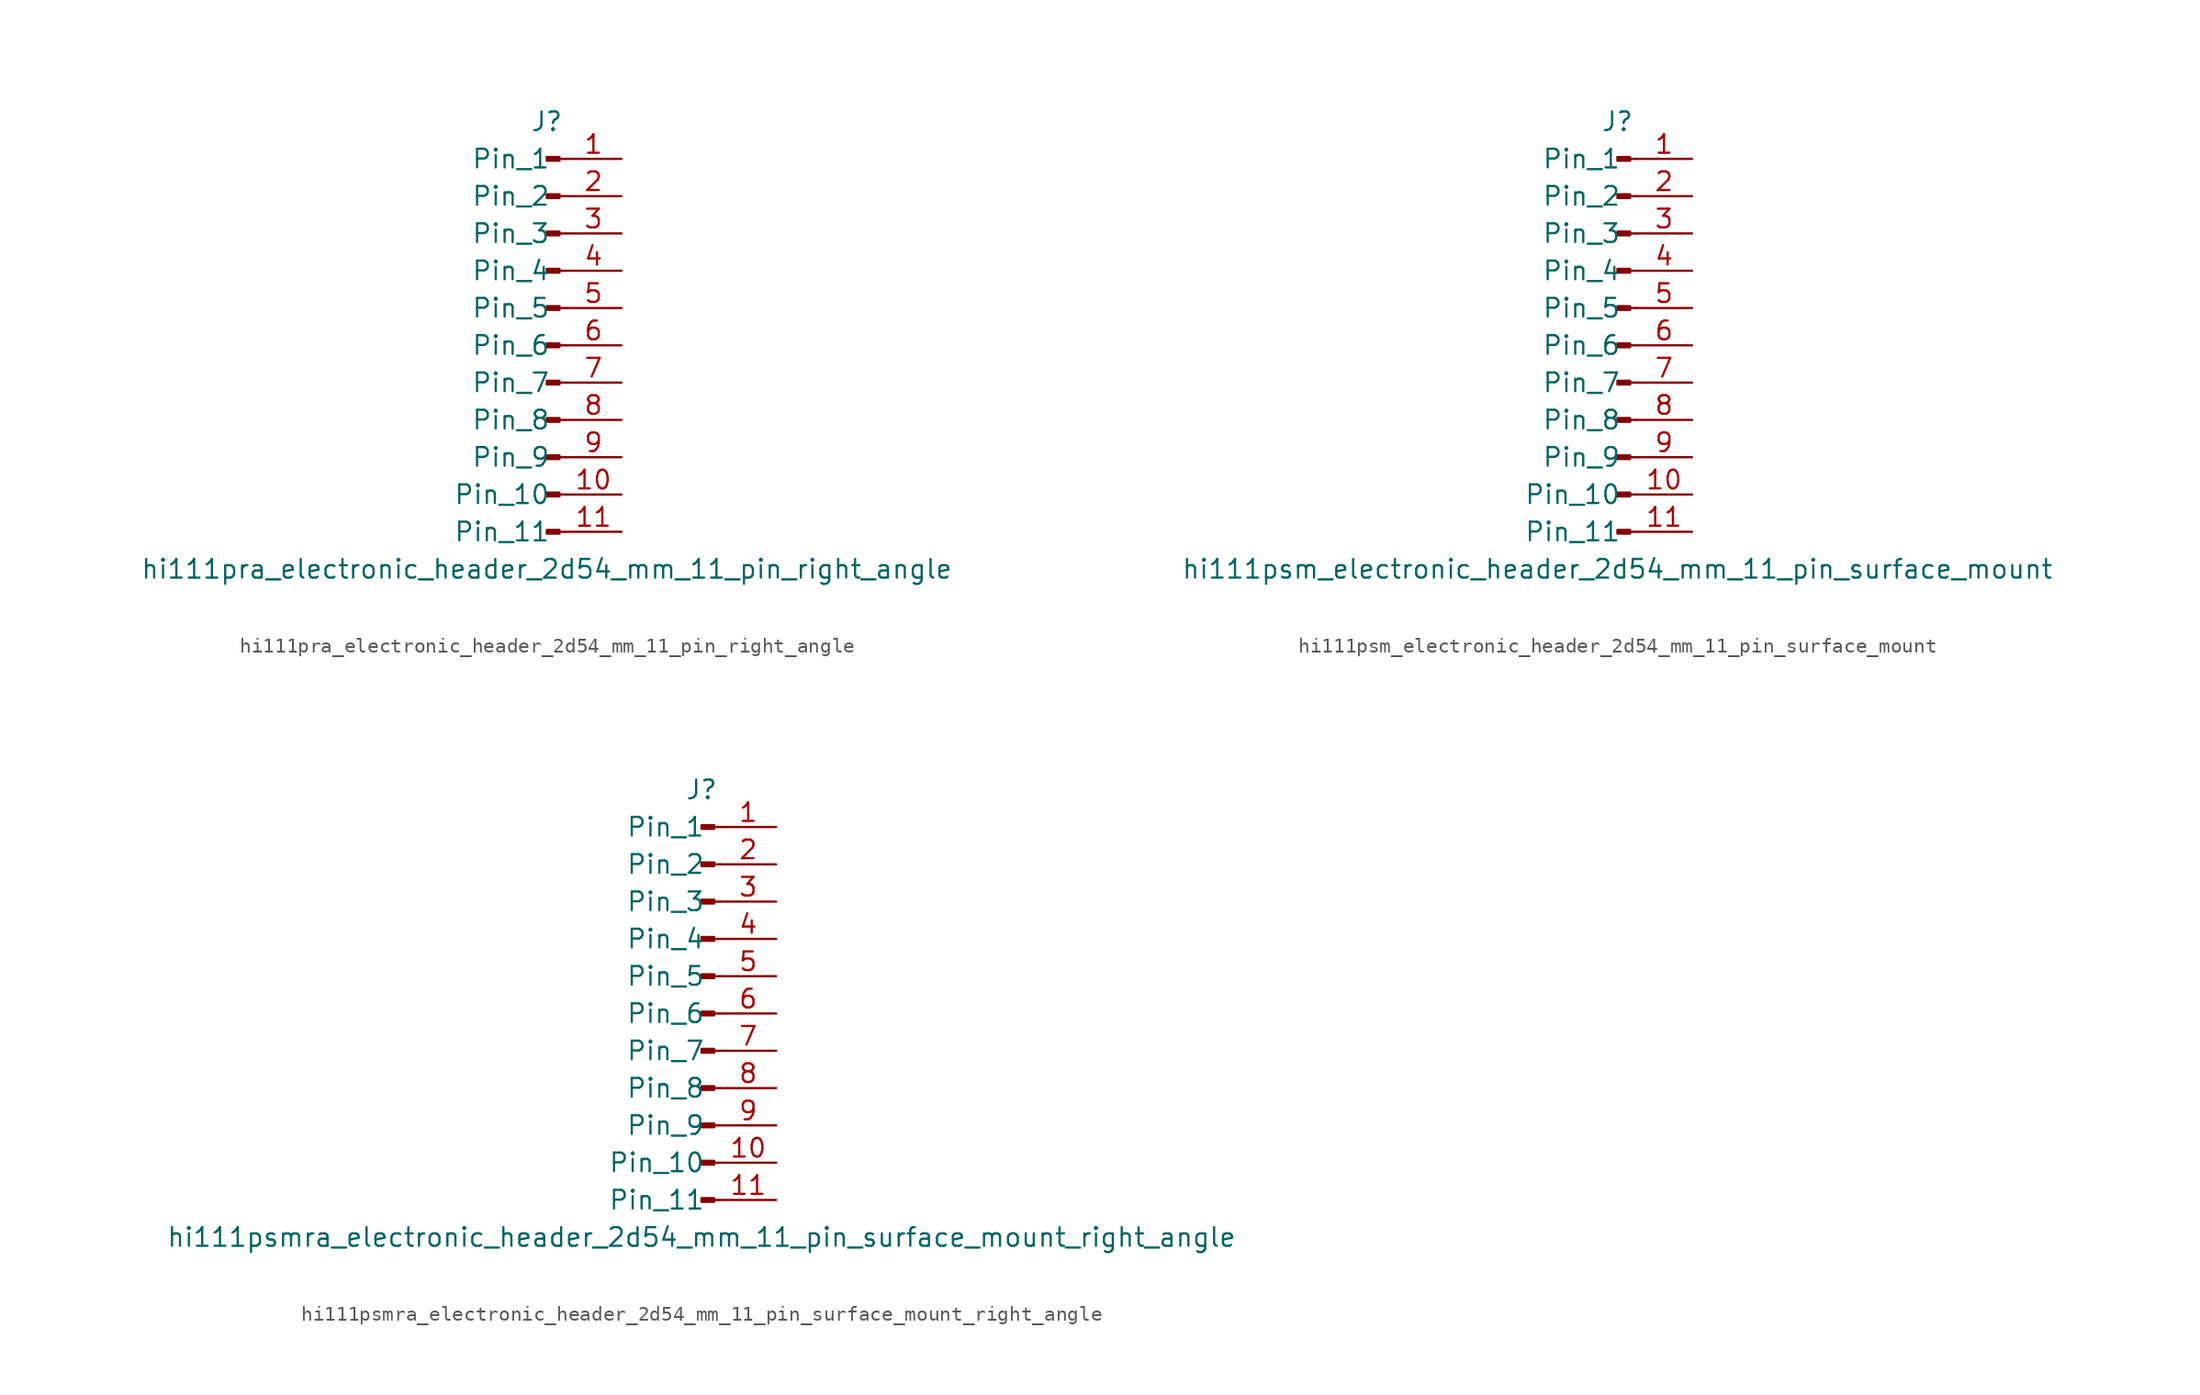
<source format=kicad_sym>
(kicad_symbol_lib
  (version 20220914)
  (generator kicad_symbol_editor)
  (symbol "hi111pra_electronic_header_2d54_mm_11_pin_right_angle"
    (pin_names
      (offset 1.016))
    (property "Reference" "J"
      (at 0 15.24 0)
      (effects (font (size 1.27 1.27))))
    (property "Value" "hi111pra_electronic_header_2d54_mm_11_pin_right_angle"
      (at 0 -15.24 0)
      (effects (font (size 1.27 1.27))))
    (property "ki_locked" ""
      (at 0 0 0)
      (effects (font (size 1.27 1.27))))
    (symbol "hi111pra_electronic_header_2d54_mm_11_pin_right_angle_1_1"
      (polyline (pts (xy 1.27 -12.7) (xy 0.864 -12.7)) (stroke (width 0.152) (type default)) (fill (type none)))
      (polyline (pts (xy 1.27 -10.16) (xy 0.864 -10.16)) (stroke (width 0.152) (type default)) (fill (type none)))
      (polyline (pts (xy 1.27 -7.62) (xy 0.864 -7.62)) (stroke (width 0.152) (type default)) (fill (type none)))
      (polyline (pts (xy 1.27 -5.08) (xy 0.864 -5.08)) (stroke (width 0.152) (type default)) (fill (type none)))
      (polyline (pts (xy 1.27 -2.54) (xy 0.864 -2.54)) (stroke (width 0.152) (type default)) (fill (type none)))
      (polyline (pts (xy 1.27 0) (xy 0.864 0)) (stroke (width 0.152) (type default)) (fill (type none)))
      (polyline (pts (xy 1.27 2.54) (xy 0.864 2.54)) (stroke (width 0.152) (type default)) (fill (type none)))
      (polyline (pts (xy 1.27 5.08) (xy 0.864 5.08)) (stroke (width 0.152) (type default)) (fill (type none)))
      (polyline (pts (xy 1.27 7.62) (xy 0.864 7.62)) (stroke (width 0.152) (type default)) (fill (type none)))
      (polyline (pts (xy 1.27 10.16) (xy 0.864 10.16)) (stroke (width 0.152) (type default)) (fill (type none)))
      (polyline (pts (xy 1.27 12.7) (xy 0.864 12.7)) (stroke (width 0.152) (type default)) (fill (type none)))
      (rectangle (start 0.864 -12.573) (end 0 -12.827) (stroke (width 0.152) (type default)) (fill (type outline)))
      (rectangle (start 0.864 -10.033) (end 0 -10.287) (stroke (width 0.152) (type default)) (fill (type outline)))
      (rectangle (start 0.864 -7.493) (end 0 -7.747) (stroke (width 0.152) (type default)) (fill (type outline)))
      (rectangle (start 0.864 -4.953) (end 0 -5.207) (stroke (width 0.152) (type default)) (fill (type outline)))
      (rectangle (start 0.864 -2.413) (end 0 -2.667) (stroke (width 0.152) (type default)) (fill (type outline)))
      (rectangle (start 0.864 0.127) (end 0 -0.127) (stroke (width 0.152) (type default)) (fill (type outline)))
      (rectangle (start 0.864 2.667) (end 0 2.413) (stroke (width 0.152) (type default)) (fill (type outline)))
      (rectangle (start 0.864 5.207) (end 0 4.953) (stroke (width 0.152) (type default)) (fill (type outline)))
      (rectangle (start 0.864 7.747) (end 0 7.493) (stroke (width 0.152) (type default)) (fill (type outline)))
      (rectangle (start 0.864 10.287) (end 0 10.033) (stroke (width 0.152) (type default)) (fill (type outline)))
      (rectangle (start 0.864 12.827) (end 0 12.573) (stroke (width 0.152) (type default)) (fill (type outline)))
      (pin passive line (at 5.08 12.7 180) (length 3.81) (name "Pin_1" (effects (font (size 1.27 1.27)))) (number "1" (effects (font (size 1.27 1.27)))))
      (pin passive line (at 5.08 -10.16 180) (length 3.81) (name "Pin_10" (effects (font (size 1.27 1.27)))) (number "10" (effects (font (size 1.27 1.27)))))
      (pin passive line (at 5.08 -12.7 180) (length 3.81) (name "Pin_11" (effects (font (size 1.27 1.27)))) (number "11" (effects (font (size 1.27 1.27)))))
      (pin passive line (at 5.08 10.16 180) (length 3.81) (name "Pin_2" (effects (font (size 1.27 1.27)))) (number "2" (effects (font (size 1.27 1.27)))))
      (pin passive line (at 5.08 7.62 180) (length 3.81) (name "Pin_3" (effects (font (size 1.27 1.27)))) (number "3" (effects (font (size 1.27 1.27)))))
      (pin passive line (at 5.08 5.08 180) (length 3.81) (name "Pin_4" (effects (font (size 1.27 1.27)))) (number "4" (effects (font (size 1.27 1.27)))))
      (pin passive line (at 5.08 2.54 180) (length 3.81) (name "Pin_5" (effects (font (size 1.27 1.27)))) (number "5" (effects (font (size 1.27 1.27)))))
      (pin passive line (at 5.08 0 180) (length 3.81) (name "Pin_6" (effects (font (size 1.27 1.27)))) (number "6" (effects (font (size 1.27 1.27)))))
      (pin passive line (at 5.08 -2.54 180) (length 3.81) (name "Pin_7" (effects (font (size 1.27 1.27)))) (number "7" (effects (font (size 1.27 1.27)))))
      (pin passive line (at 5.08 -5.08 180) (length 3.81) (name "Pin_8" (effects (font (size 1.27 1.27)))) (number "8" (effects (font (size 1.27 1.27)))))
      (pin passive line (at 5.08 -7.62 180) (length 3.81) (name "Pin_9" (effects (font (size 1.27 1.27)))) (number "9" (effects (font (size 1.27 1.27)))))))
  (symbol "hi111psm_electronic_header_2d54_mm_11_pin_surface_mount"
    (pin_names
      (offset 1.016))
    (property "Reference" "J"
      (at 0 15.24 0)
      (effects (font (size 1.27 1.27))))
    (property "Value" "hi111psm_electronic_header_2d54_mm_11_pin_surface_mount"
      (at 0 -15.24 0)
      (effects (font (size 1.27 1.27))))
    (property "ki_locked" ""
      (at 0 0 0)
      (effects (font (size 1.27 1.27))))
    (symbol "hi111psm_electronic_header_2d54_mm_11_pin_surface_mount_1_1"
      (polyline (pts (xy 1.27 -12.7) (xy 0.864 -12.7)) (stroke (width 0.152) (type default)) (fill (type none)))
      (polyline (pts (xy 1.27 -10.16) (xy 0.864 -10.16)) (stroke (width 0.152) (type default)) (fill (type none)))
      (polyline (pts (xy 1.27 -7.62) (xy 0.864 -7.62)) (stroke (width 0.152) (type default)) (fill (type none)))
      (polyline (pts (xy 1.27 -5.08) (xy 0.864 -5.08)) (stroke (width 0.152) (type default)) (fill (type none)))
      (polyline (pts (xy 1.27 -2.54) (xy 0.864 -2.54)) (stroke (width 0.152) (type default)) (fill (type none)))
      (polyline (pts (xy 1.27 0) (xy 0.864 0)) (stroke (width 0.152) (type default)) (fill (type none)))
      (polyline (pts (xy 1.27 2.54) (xy 0.864 2.54)) (stroke (width 0.152) (type default)) (fill (type none)))
      (polyline (pts (xy 1.27 5.08) (xy 0.864 5.08)) (stroke (width 0.152) (type default)) (fill (type none)))
      (polyline (pts (xy 1.27 7.62) (xy 0.864 7.62)) (stroke (width 0.152) (type default)) (fill (type none)))
      (polyline (pts (xy 1.27 10.16) (xy 0.864 10.16)) (stroke (width 0.152) (type default)) (fill (type none)))
      (polyline (pts (xy 1.27 12.7) (xy 0.864 12.7)) (stroke (width 0.152) (type default)) (fill (type none)))
      (rectangle (start 0.864 -12.573) (end 0 -12.827) (stroke (width 0.152) (type default)) (fill (type outline)))
      (rectangle (start 0.864 -10.033) (end 0 -10.287) (stroke (width 0.152) (type default)) (fill (type outline)))
      (rectangle (start 0.864 -7.493) (end 0 -7.747) (stroke (width 0.152) (type default)) (fill (type outline)))
      (rectangle (start 0.864 -4.953) (end 0 -5.207) (stroke (width 0.152) (type default)) (fill (type outline)))
      (rectangle (start 0.864 -2.413) (end 0 -2.667) (stroke (width 0.152) (type default)) (fill (type outline)))
      (rectangle (start 0.864 0.127) (end 0 -0.127) (stroke (width 0.152) (type default)) (fill (type outline)))
      (rectangle (start 0.864 2.667) (end 0 2.413) (stroke (width 0.152) (type default)) (fill (type outline)))
      (rectangle (start 0.864 5.207) (end 0 4.953) (stroke (width 0.152) (type default)) (fill (type outline)))
      (rectangle (start 0.864 7.747) (end 0 7.493) (stroke (width 0.152) (type default)) (fill (type outline)))
      (rectangle (start 0.864 10.287) (end 0 10.033) (stroke (width 0.152) (type default)) (fill (type outline)))
      (rectangle (start 0.864 12.827) (end 0 12.573) (stroke (width 0.152) (type default)) (fill (type outline)))
      (pin passive line (at 5.08 12.7 180) (length 3.81) (name "Pin_1" (effects (font (size 1.27 1.27)))) (number "1" (effects (font (size 1.27 1.27)))))
      (pin passive line (at 5.08 -10.16 180) (length 3.81) (name "Pin_10" (effects (font (size 1.27 1.27)))) (number "10" (effects (font (size 1.27 1.27)))))
      (pin passive line (at 5.08 -12.7 180) (length 3.81) (name "Pin_11" (effects (font (size 1.27 1.27)))) (number "11" (effects (font (size 1.27 1.27)))))
      (pin passive line (at 5.08 10.16 180) (length 3.81) (name "Pin_2" (effects (font (size 1.27 1.27)))) (number "2" (effects (font (size 1.27 1.27)))))
      (pin passive line (at 5.08 7.62 180) (length 3.81) (name "Pin_3" (effects (font (size 1.27 1.27)))) (number "3" (effects (font (size 1.27 1.27)))))
      (pin passive line (at 5.08 5.08 180) (length 3.81) (name "Pin_4" (effects (font (size 1.27 1.27)))) (number "4" (effects (font (size 1.27 1.27)))))
      (pin passive line (at 5.08 2.54 180) (length 3.81) (name "Pin_5" (effects (font (size 1.27 1.27)))) (number "5" (effects (font (size 1.27 1.27)))))
      (pin passive line (at 5.08 0 180) (length 3.81) (name "Pin_6" (effects (font (size 1.27 1.27)))) (number "6" (effects (font (size 1.27 1.27)))))
      (pin passive line (at 5.08 -2.54 180) (length 3.81) (name "Pin_7" (effects (font (size 1.27 1.27)))) (number "7" (effects (font (size 1.27 1.27)))))
      (pin passive line (at 5.08 -5.08 180) (length 3.81) (name "Pin_8" (effects (font (size 1.27 1.27)))) (number "8" (effects (font (size 1.27 1.27)))))
      (pin passive line (at 5.08 -7.62 180) (length 3.81) (name "Pin_9" (effects (font (size 1.27 1.27)))) (number "9" (effects (font (size 1.27 1.27)))))))
  (symbol "hi111psmra_electronic_header_2d54_mm_11_pin_surface_mount_right_angle"
    (pin_names
      (offset 1.016))
    (property "Reference" "J"
      (at 0 15.24 0)
      (effects (font (size 1.27 1.27))))
    (property "Value" "hi111psmra_electronic_header_2d54_mm_11_pin_surface_mount_right_angle"
      (at 0 -15.24 0)
      (effects (font (size 1.27 1.27))))
    (property "ki_locked" ""
      (at 0 0 0)
      (effects (font (size 1.27 1.27))))
    (symbol "hi111psmra_electronic_header_2d54_mm_11_pin_surface_mount_right_angle_1_1"
      (polyline (pts (xy 1.27 -12.7) (xy 0.864 -12.7)) (stroke (width 0.152) (type default)) (fill (type none)))
      (polyline (pts (xy 1.27 -10.16) (xy 0.864 -10.16)) (stroke (width 0.152) (type default)) (fill (type none)))
      (polyline (pts (xy 1.27 -7.62) (xy 0.864 -7.62)) (stroke (width 0.152) (type default)) (fill (type none)))
      (polyline (pts (xy 1.27 -5.08) (xy 0.864 -5.08)) (stroke (width 0.152) (type default)) (fill (type none)))
      (polyline (pts (xy 1.27 -2.54) (xy 0.864 -2.54)) (stroke (width 0.152) (type default)) (fill (type none)))
      (polyline (pts (xy 1.27 0) (xy 0.864 0)) (stroke (width 0.152) (type default)) (fill (type none)))
      (polyline (pts (xy 1.27 2.54) (xy 0.864 2.54)) (stroke (width 0.152) (type default)) (fill (type none)))
      (polyline (pts (xy 1.27 5.08) (xy 0.864 5.08)) (stroke (width 0.152) (type default)) (fill (type none)))
      (polyline (pts (xy 1.27 7.62) (xy 0.864 7.62)) (stroke (width 0.152) (type default)) (fill (type none)))
      (polyline (pts (xy 1.27 10.16) (xy 0.864 10.16)) (stroke (width 0.152) (type default)) (fill (type none)))
      (polyline (pts (xy 1.27 12.7) (xy 0.864 12.7)) (stroke (width 0.152) (type default)) (fill (type none)))
      (rectangle (start 0.864 -12.573) (end 0 -12.827) (stroke (width 0.152) (type default)) (fill (type outline)))
      (rectangle (start 0.864 -10.033) (end 0 -10.287) (stroke (width 0.152) (type default)) (fill (type outline)))
      (rectangle (start 0.864 -7.493) (end 0 -7.747) (stroke (width 0.152) (type default)) (fill (type outline)))
      (rectangle (start 0.864 -4.953) (end 0 -5.207) (stroke (width 0.152) (type default)) (fill (type outline)))
      (rectangle (start 0.864 -2.413) (end 0 -2.667) (stroke (width 0.152) (type default)) (fill (type outline)))
      (rectangle (start 0.864 0.127) (end 0 -0.127) (stroke (width 0.152) (type default)) (fill (type outline)))
      (rectangle (start 0.864 2.667) (end 0 2.413) (stroke (width 0.152) (type default)) (fill (type outline)))
      (rectangle (start 0.864 5.207) (end 0 4.953) (stroke (width 0.152) (type default)) (fill (type outline)))
      (rectangle (start 0.864 7.747) (end 0 7.493) (stroke (width 0.152) (type default)) (fill (type outline)))
      (rectangle (start 0.864 10.287) (end 0 10.033) (stroke (width 0.152) (type default)) (fill (type outline)))
      (rectangle (start 0.864 12.827) (end 0 12.573) (stroke (width 0.152) (type default)) (fill (type outline)))
      (pin passive line (at 5.08 12.7 180) (length 3.81) (name "Pin_1" (effects (font (size 1.27 1.27)))) (number "1" (effects (font (size 1.27 1.27)))))
      (pin passive line (at 5.08 -10.16 180) (length 3.81) (name "Pin_10" (effects (font (size 1.27 1.27)))) (number "10" (effects (font (size 1.27 1.27)))))
      (pin passive line (at 5.08 -12.7 180) (length 3.81) (name "Pin_11" (effects (font (size 1.27 1.27)))) (number "11" (effects (font (size 1.27 1.27)))))
      (pin passive line (at 5.08 10.16 180) (length 3.81) (name "Pin_2" (effects (font (size 1.27 1.27)))) (number "2" (effects (font (size 1.27 1.27)))))
      (pin passive line (at 5.08 7.62 180) (length 3.81) (name "Pin_3" (effects (font (size 1.27 1.27)))) (number "3" (effects (font (size 1.27 1.27)))))
      (pin passive line (at 5.08 5.08 180) (length 3.81) (name "Pin_4" (effects (font (size 1.27 1.27)))) (number "4" (effects (font (size 1.27 1.27)))))
      (pin passive line (at 5.08 2.54 180) (length 3.81) (name "Pin_5" (effects (font (size 1.27 1.27)))) (number "5" (effects (font (size 1.27 1.27)))))
      (pin passive line (at 5.08 0 180) (length 3.81) (name "Pin_6" (effects (font (size 1.27 1.27)))) (number "6" (effects (font (size 1.27 1.27)))))
      (pin passive line (at 5.08 -2.54 180) (length 3.81) (name "Pin_7" (effects (font (size 1.27 1.27)))) (number "7" (effects (font (size 1.27 1.27)))))
      (pin passive line (at 5.08 -5.08 180) (length 3.81) (name "Pin_8" (effects (font (size 1.27 1.27)))) (number "8" (effects (font (size 1.27 1.27)))))
      (pin passive line (at 5.08 -7.62 180) (length 3.81) (name "Pin_9" (effects (font (size 1.27 1.27)))) (number "9" (effects (font (size 1.27 1.27))))))))
</source>
